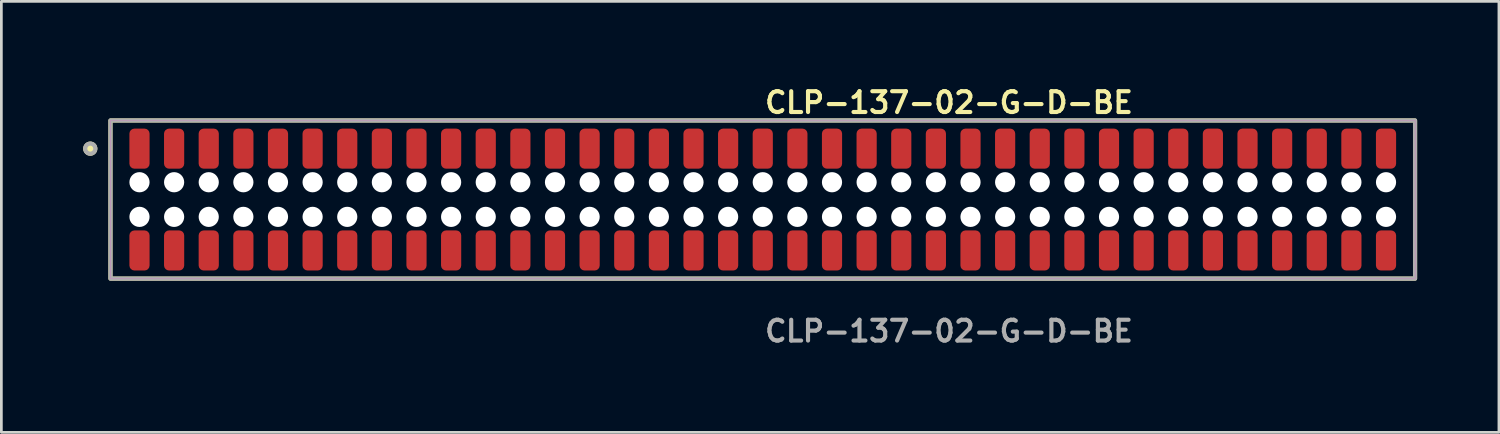
<source format=kicad_pcb>
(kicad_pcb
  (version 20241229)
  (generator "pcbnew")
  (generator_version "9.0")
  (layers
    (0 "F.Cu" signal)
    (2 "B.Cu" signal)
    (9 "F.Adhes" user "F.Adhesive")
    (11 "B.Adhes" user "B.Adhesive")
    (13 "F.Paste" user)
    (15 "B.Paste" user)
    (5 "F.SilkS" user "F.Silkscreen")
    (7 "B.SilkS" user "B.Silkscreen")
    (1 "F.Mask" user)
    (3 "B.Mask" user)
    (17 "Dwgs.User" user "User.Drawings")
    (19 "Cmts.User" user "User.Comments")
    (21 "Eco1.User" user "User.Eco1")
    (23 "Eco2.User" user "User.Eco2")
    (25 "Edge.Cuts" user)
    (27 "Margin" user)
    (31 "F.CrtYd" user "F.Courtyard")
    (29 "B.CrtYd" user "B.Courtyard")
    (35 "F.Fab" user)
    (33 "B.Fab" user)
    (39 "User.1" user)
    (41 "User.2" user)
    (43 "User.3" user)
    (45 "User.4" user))
  (footprint "CLP-137-02-G-D-BE"
    (layer "F.Cu")
    (at 24.926 4.269)
    (property "Reference" "CLP-137-02-G-D-BE" (at 0 -3.556 0) (unlocked yes) (layer "F.SilkS") (effects (font (size 0.762 0.762) (thickness 0.152)) (justify left)))
    (fp_rect (start -23.925 2.9) (end 23.925 -2.9) (stroke (width 0.152) (type solid)) (fill no) (layer "F.SilkS"))
    (fp_circle (center -24.665 -1.867) (end -24.85 -1.867) (stroke (width 0.152) (type solid)) (fill yes) (layer "F.SilkS"))
    (fp_rect (start -23.925 2.9) (end 23.925 -2.9) (stroke (width 0.006) (type solid)) (fill no) (layer "F.CrtYd"))
    (fp_rect (start -23.925 2.9) (end 23.925 -2.9) (stroke (width 0.152) (type solid)) (fill no) (layer "F.Fab"))
    (fp_circle (center -24.665 -1.867) (end -24.85 -1.867) (stroke (width 0.152) (type solid)) (fill no) (layer "F.Fab"))
    (fp_text user "${REFERENCE}" (at 0 4.826 0) (unlocked yes) (layer "F.Fab") (effects (font (size 0.762 0.762) (thickness 0.152)) (justify left)))
    (pad "" np_thru_hole circle (at -22.86 -0.635) (size 0.74 0.74) (drill 0.74) (layers "*.Cu" "*.Mask"))
    (pad "" np_thru_hole circle (at -22.86 0.635) (size 0.74 0.74) (drill 0.74) (layers "*.Cu" "*.Mask"))
    (pad "" np_thru_hole circle (at -21.59 -0.635) (size 0.74 0.74) (drill 0.74) (layers "*.Cu" "*.Mask"))
    (pad "" np_thru_hole circle (at -21.59 0.635) (size 0.74 0.74) (drill 0.74) (layers "*.Cu" "*.Mask"))
    (pad "" np_thru_hole circle (at -20.32 -0.635) (size 0.74 0.74) (drill 0.74) (layers "*.Cu" "*.Mask"))
    (pad "" np_thru_hole circle (at -20.32 0.635) (size 0.74 0.74) (drill 0.74) (layers "*.Cu" "*.Mask"))
    (pad "" np_thru_hole circle (at -19.05 -0.635) (size 0.74 0.74) (drill 0.74) (layers "*.Cu" "*.Mask"))
    (pad "" np_thru_hole circle (at -19.05 0.635) (size 0.74 0.74) (drill 0.74) (layers "*.Cu" "*.Mask"))
    (pad "" np_thru_hole circle (at -17.78 -0.635) (size 0.74 0.74) (drill 0.74) (layers "*.Cu" "*.Mask"))
    (pad "" np_thru_hole circle (at -17.78 0.635) (size 0.74 0.74) (drill 0.74) (layers "*.Cu" "*.Mask"))
    (pad "" np_thru_hole circle (at -16.51 -0.635) (size 0.74 0.74) (drill 0.74) (layers "*.Cu" "*.Mask"))
    (pad "" np_thru_hole circle (at -16.51 0.635) (size 0.74 0.74) (drill 0.74) (layers "*.Cu" "*.Mask"))
    (pad "" np_thru_hole circle (at -15.24 -0.635) (size 0.74 0.74) (drill 0.74) (layers "*.Cu" "*.Mask"))
    (pad "" np_thru_hole circle (at -15.24 0.635) (size 0.74 0.74) (drill 0.74) (layers "*.Cu" "*.Mask"))
    (pad "" np_thru_hole circle (at -13.97 -0.635) (size 0.74 0.74) (drill 0.74) (layers "*.Cu" "*.Mask"))
    (pad "" np_thru_hole circle (at -13.97 0.635) (size 0.74 0.74) (drill 0.74) (layers "*.Cu" "*.Mask"))
    (pad "" np_thru_hole circle (at -12.7 -0.635) (size 0.74 0.74) (drill 0.74) (layers "*.Cu" "*.Mask"))
    (pad "" np_thru_hole circle (at -12.7 0.635) (size 0.74 0.74) (drill 0.74) (layers "*.Cu" "*.Mask"))
    (pad "" np_thru_hole circle (at -11.43 -0.635) (size 0.74 0.74) (drill 0.74) (layers "*.Cu" "*.Mask"))
    (pad "" np_thru_hole circle (at -11.43 0.635) (size 0.74 0.74) (drill 0.74) (layers "*.Cu" "*.Mask"))
    (pad "" np_thru_hole circle (at -10.16 -0.635) (size 0.74 0.74) (drill 0.74) (layers "*.Cu" "*.Mask"))
    (pad "" np_thru_hole circle (at -10.16 0.635) (size 0.74 0.74) (drill 0.74) (layers "*.Cu" "*.Mask"))
    (pad "" np_thru_hole circle (at -8.89 -0.635) (size 0.74 0.74) (drill 0.74) (layers "*.Cu" "*.Mask"))
    (pad "" np_thru_hole circle (at -8.89 0.635) (size 0.74 0.74) (drill 0.74) (layers "*.Cu" "*.Mask"))
    (pad "" np_thru_hole circle (at -7.62 -0.635) (size 0.74 0.74) (drill 0.74) (layers "*.Cu" "*.Mask"))
    (pad "" np_thru_hole circle (at -7.62 0.635) (size 0.74 0.74) (drill 0.74) (layers "*.Cu" "*.Mask"))
    (pad "" np_thru_hole circle (at -6.35 -0.635) (size 0.74 0.74) (drill 0.74) (layers "*.Cu" "*.Mask"))
    (pad "" np_thru_hole circle (at -6.35 0.635) (size 0.74 0.74) (drill 0.74) (layers "*.Cu" "*.Mask"))
    (pad "" np_thru_hole circle (at -5.08 -0.635) (size 0.74 0.74) (drill 0.74) (layers "*.Cu" "*.Mask"))
    (pad "" np_thru_hole circle (at -5.08 0.635) (size 0.74 0.74) (drill 0.74) (layers "*.Cu" "*.Mask"))
    (pad "" np_thru_hole circle (at -3.81 -0.635) (size 0.74 0.74) (drill 0.74) (layers "*.Cu" "*.Mask"))
    (pad "" np_thru_hole circle (at -3.81 0.635) (size 0.74 0.74) (drill 0.74) (layers "*.Cu" "*.Mask"))
    (pad "" np_thru_hole circle (at -2.54 -0.635) (size 0.74 0.74) (drill 0.74) (layers "*.Cu" "*.Mask"))
    (pad "" np_thru_hole circle (at -2.54 0.635) (size 0.74 0.74) (drill 0.74) (layers "*.Cu" "*.Mask"))
    (pad "" np_thru_hole circle (at -1.27 -0.635) (size 0.74 0.74) (drill 0.74) (layers "*.Cu" "*.Mask"))
    (pad "" np_thru_hole circle (at -1.27 0.635) (size 0.74 0.74) (drill 0.74) (layers "*.Cu" "*.Mask"))
    (pad "" np_thru_hole circle (at 0 -0.635) (size 0.74 0.74) (drill 0.74) (layers "*.Cu" "*.Mask"))
    (pad "" np_thru_hole circle (at 0 0.635) (size 0.74 0.74) (drill 0.74) (layers "*.Cu" "*.Mask"))
    (pad "" np_thru_hole circle (at 1.27 -0.635) (size 0.74 0.74) (drill 0.74) (layers "*.Cu" "*.Mask"))
    (pad "" np_thru_hole circle (at 1.27 0.635) (size 0.74 0.74) (drill 0.74) (layers "*.Cu" "*.Mask"))
    (pad "" np_thru_hole circle (at 2.54 -0.635) (size 0.74 0.74) (drill 0.74) (layers "*.Cu" "*.Mask"))
    (pad "" np_thru_hole circle (at 2.54 0.635) (size 0.74 0.74) (drill 0.74) (layers "*.Cu" "*.Mask"))
    (pad "" np_thru_hole circle (at 3.81 -0.635) (size 0.74 0.74) (drill 0.74) (layers "*.Cu" "*.Mask"))
    (pad "" np_thru_hole circle (at 3.81 0.635) (size 0.74 0.74) (drill 0.74) (layers "*.Cu" "*.Mask"))
    (pad "" np_thru_hole circle (at 5.08 -0.635) (size 0.74 0.74) (drill 0.74) (layers "*.Cu" "*.Mask"))
    (pad "" np_thru_hole circle (at 5.08 0.635) (size 0.74 0.74) (drill 0.74) (layers "*.Cu" "*.Mask"))
    (pad "" np_thru_hole circle (at 6.35 -0.635) (size 0.74 0.74) (drill 0.74) (layers "*.Cu" "*.Mask"))
    (pad "" np_thru_hole circle (at 6.35 0.635) (size 0.74 0.74) (drill 0.74) (layers "*.Cu" "*.Mask"))
    (pad "" np_thru_hole circle (at 7.62 -0.635) (size 0.74 0.74) (drill 0.74) (layers "*.Cu" "*.Mask"))
    (pad "" np_thru_hole circle (at 7.62 0.635) (size 0.74 0.74) (drill 0.74) (layers "*.Cu" "*.Mask"))
    (pad "" np_thru_hole circle (at 8.89 -0.635) (size 0.74 0.74) (drill 0.74) (layers "*.Cu" "*.Mask"))
    (pad "" np_thru_hole circle (at 8.89 0.635) (size 0.74 0.74) (drill 0.74) (layers "*.Cu" "*.Mask"))
    (pad "" np_thru_hole circle (at 10.16 -0.635) (size 0.74 0.74) (drill 0.74) (layers "*.Cu" "*.Mask"))
    (pad "" np_thru_hole circle (at 10.16 0.635) (size 0.74 0.74) (drill 0.74) (layers "*.Cu" "*.Mask"))
    (pad "" np_thru_hole circle (at 11.43 -0.635) (size 0.74 0.74) (drill 0.74) (layers "*.Cu" "*.Mask"))
    (pad "" np_thru_hole circle (at 11.43 0.635) (size 0.74 0.74) (drill 0.74) (layers "*.Cu" "*.Mask"))
    (pad "" np_thru_hole circle (at 12.7 -0.635) (size 0.74 0.74) (drill 0.74) (layers "*.Cu" "*.Mask"))
    (pad "" np_thru_hole circle (at 12.7 0.635) (size 0.74 0.74) (drill 0.74) (layers "*.Cu" "*.Mask"))
    (pad "" np_thru_hole circle (at 13.97 -0.635) (size 0.74 0.74) (drill 0.74) (layers "*.Cu" "*.Mask"))
    (pad "" np_thru_hole circle (at 13.97 0.635) (size 0.74 0.74) (drill 0.74) (layers "*.Cu" "*.Mask"))
    (pad "" np_thru_hole circle (at 15.24 -0.635) (size 0.74 0.74) (drill 0.74) (layers "*.Cu" "*.Mask"))
    (pad "" np_thru_hole circle (at 15.24 0.635) (size 0.74 0.74) (drill 0.74) (layers "*.Cu" "*.Mask"))
    (pad "" np_thru_hole circle (at 16.51 -0.635) (size 0.74 0.74) (drill 0.74) (layers "*.Cu" "*.Mask"))
    (pad "" np_thru_hole circle (at 16.51 0.635) (size 0.74 0.74) (drill 0.74) (layers "*.Cu" "*.Mask"))
    (pad "" np_thru_hole circle (at 17.78 -0.635) (size 0.74 0.74) (drill 0.74) (layers "*.Cu" "*.Mask"))
    (pad "" np_thru_hole circle (at 17.78 0.635) (size 0.74 0.74) (drill 0.74) (layers "*.Cu" "*.Mask"))
    (pad "" np_thru_hole circle (at 19.05 -0.635) (size 0.74 0.74) (drill 0.74) (layers "*.Cu" "*.Mask"))
    (pad "" np_thru_hole circle (at 19.05 0.635) (size 0.74 0.74) (drill 0.74) (layers "*.Cu" "*.Mask"))
    (pad "" np_thru_hole circle (at 20.32 -0.635) (size 0.74 0.74) (drill 0.74) (layers "*.Cu" "*.Mask"))
    (pad "" np_thru_hole circle (at 20.32 0.635) (size 0.74 0.74) (drill 0.74) (layers "*.Cu" "*.Mask"))
    (pad "" np_thru_hole circle (at 21.59 -0.635) (size 0.74 0.74) (drill 0.74) (layers "*.Cu" "*.Mask"))
    (pad "" np_thru_hole circle (at 21.59 0.635) (size 0.74 0.74) (drill 0.74) (layers "*.Cu" "*.Mask"))
    (pad "" np_thru_hole circle (at 22.86 -0.635) (size 0.74 0.74) (drill 0.74) (layers "*.Cu" "*.Mask"))
    (pad "" np_thru_hole circle (at 22.86 0.635) (size 0.74 0.74) (drill 0.74) (layers "*.Cu" "*.Mask"))
    (pad "1" smd roundrect (at -22.86 -1.867) (size 0.74 1.47) (layers "F.Cu" "F.Paste") (roundrect_rratio 0.25))
    (pad "2" smd roundrect (at -22.86 1.867) (size 0.74 1.47) (layers "F.Cu" "F.Paste") (roundrect_rratio 0.25))
    (pad "3" smd roundrect (at -21.59 -1.867) (size 0.74 1.47) (layers "F.Cu" "F.Paste") (roundrect_rratio 0.25))
    (pad "4" smd roundrect (at -21.59 1.867) (size 0.74 1.47) (layers "F.Cu" "F.Paste") (roundrect_rratio 0.25))
    (pad "5" smd roundrect (at -20.32 -1.867) (size 0.74 1.47) (layers "F.Cu" "F.Paste") (roundrect_rratio 0.25))
    (pad "6" smd roundrect (at -20.32 1.867) (size 0.74 1.47) (layers "F.Cu" "F.Paste") (roundrect_rratio 0.25))
    (pad "7" smd roundrect (at -19.05 -1.867) (size 0.74 1.47) (layers "F.Cu" "F.Paste") (roundrect_rratio 0.25))
    (pad "8" smd roundrect (at -19.05 1.867) (size 0.74 1.47) (layers "F.Cu" "F.Paste") (roundrect_rratio 0.25))
    (pad "9" smd roundrect (at -17.78 -1.867) (size 0.74 1.47) (layers "F.Cu" "F.Paste") (roundrect_rratio 0.25))
    (pad "10" smd roundrect (at -17.78 1.867) (size 0.74 1.47) (layers "F.Cu" "F.Paste") (roundrect_rratio 0.25))
    (pad "11" smd roundrect (at -16.51 -1.867) (size 0.74 1.47) (layers "F.Cu" "F.Paste") (roundrect_rratio 0.25))
    (pad "12" smd roundrect (at -16.51 1.867) (size 0.74 1.47) (layers "F.Cu" "F.Paste") (roundrect_rratio 0.25))
    (pad "13" smd roundrect (at -15.24 -1.867) (size 0.74 1.47) (layers "F.Cu" "F.Paste") (roundrect_rratio 0.25))
    (pad "14" smd roundrect (at -15.24 1.867) (size 0.74 1.47) (layers "F.Cu" "F.Paste") (roundrect_rratio 0.25))
    (pad "15" smd roundrect (at -13.97 -1.867) (size 0.74 1.47) (layers "F.Cu" "F.Paste") (roundrect_rratio 0.25))
    (pad "16" smd roundrect (at -13.97 1.867) (size 0.74 1.47) (layers "F.Cu" "F.Paste") (roundrect_rratio 0.25))
    (pad "17" smd roundrect (at -12.7 -1.867) (size 0.74 1.47) (layers "F.Cu" "F.Paste") (roundrect_rratio 0.25))
    (pad "18" smd roundrect (at -12.7 1.867) (size 0.74 1.47) (layers "F.Cu" "F.Paste") (roundrect_rratio 0.25))
    (pad "19" smd roundrect (at -11.43 -1.867) (size 0.74 1.47) (layers "F.Cu" "F.Paste") (roundrect_rratio 0.25))
    (pad "20" smd roundrect (at -11.43 1.867) (size 0.74 1.47) (layers "F.Cu" "F.Paste") (roundrect_rratio 0.25))
    (pad "21" smd roundrect (at -10.16 -1.867) (size 0.74 1.47) (layers "F.Cu" "F.Paste") (roundrect_rratio 0.25))
    (pad "22" smd roundrect (at -10.16 1.867) (size 0.74 1.47) (layers "F.Cu" "F.Paste") (roundrect_rratio 0.25))
    (pad "23" smd roundrect (at -8.89 -1.867) (size 0.74 1.47) (layers "F.Cu" "F.Paste") (roundrect_rratio 0.25))
    (pad "24" smd roundrect (at -8.89 1.867) (size 0.74 1.47) (layers "F.Cu" "F.Paste") (roundrect_rratio 0.25))
    (pad "25" smd roundrect (at -7.62 -1.867) (size 0.74 1.47) (layers "F.Cu" "F.Paste") (roundrect_rratio 0.25))
    (pad "26" smd roundrect (at -7.62 1.867) (size 0.74 1.47) (layers "F.Cu" "F.Paste") (roundrect_rratio 0.25))
    (pad "27" smd roundrect (at -6.35 -1.867) (size 0.74 1.47) (layers "F.Cu" "F.Paste") (roundrect_rratio 0.25))
    (pad "28" smd roundrect (at -6.35 1.867) (size 0.74 1.47) (layers "F.Cu" "F.Paste") (roundrect_rratio 0.25))
    (pad "29" smd roundrect (at -5.08 -1.867) (size 0.74 1.47) (layers "F.Cu" "F.Paste") (roundrect_rratio 0.25))
    (pad "30" smd roundrect (at -5.08 1.867) (size 0.74 1.47) (layers "F.Cu" "F.Paste") (roundrect_rratio 0.25))
    (pad "31" smd roundrect (at -3.81 -1.867) (size 0.74 1.47) (layers "F.Cu" "F.Paste") (roundrect_rratio 0.25))
    (pad "32" smd roundrect (at -3.81 1.867) (size 0.74 1.47) (layers "F.Cu" "F.Paste") (roundrect_rratio 0.25))
    (pad "33" smd roundrect (at -2.54 -1.867) (size 0.74 1.47) (layers "F.Cu" "F.Paste") (roundrect_rratio 0.25))
    (pad "34" smd roundrect (at -2.54 1.867) (size 0.74 1.47) (layers "F.Cu" "F.Paste") (roundrect_rratio 0.25))
    (pad "35" smd roundrect (at -1.27 -1.867) (size 0.74 1.47) (layers "F.Cu" "F.Paste") (roundrect_rratio 0.25))
    (pad "36" smd roundrect (at -1.27 1.867) (size 0.74 1.47) (layers "F.Cu" "F.Paste") (roundrect_rratio 0.25))
    (pad "37" smd roundrect (at 0 -1.867) (size 0.74 1.47) (layers "F.Cu" "F.Paste") (roundrect_rratio 0.25))
    (pad "38" smd roundrect (at 0 1.867) (size 0.74 1.47) (layers "F.Cu" "F.Paste") (roundrect_rratio 0.25))
    (pad "39" smd roundrect (at 1.27 -1.867) (size 0.74 1.47) (layers "F.Cu" "F.Paste") (roundrect_rratio 0.25))
    (pad "40" smd roundrect (at 1.27 1.867) (size 0.74 1.47) (layers "F.Cu" "F.Paste") (roundrect_rratio 0.25))
    (pad "41" smd roundrect (at 2.54 -1.867) (size 0.74 1.47) (layers "F.Cu" "F.Paste") (roundrect_rratio 0.25))
    (pad "42" smd roundrect (at 2.54 1.867) (size 0.74 1.47) (layers "F.Cu" "F.Paste") (roundrect_rratio 0.25))
    (pad "43" smd roundrect (at 3.81 -1.867) (size 0.74 1.47) (layers "F.Cu" "F.Paste") (roundrect_rratio 0.25))
    (pad "44" smd roundrect (at 3.81 1.867) (size 0.74 1.47) (layers "F.Cu" "F.Paste") (roundrect_rratio 0.25))
    (pad "45" smd roundrect (at 5.08 -1.867) (size 0.74 1.47) (layers "F.Cu" "F.Paste") (roundrect_rratio 0.25))
    (pad "46" smd roundrect (at 5.08 1.867) (size 0.74 1.47) (layers "F.Cu" "F.Paste") (roundrect_rratio 0.25))
    (pad "47" smd roundrect (at 6.35 -1.867) (size 0.74 1.47) (layers "F.Cu" "F.Paste") (roundrect_rratio 0.25))
    (pad "48" smd roundrect (at 6.35 1.867) (size 0.74 1.47) (layers "F.Cu" "F.Paste") (roundrect_rratio 0.25))
    (pad "49" smd roundrect (at 7.62 -1.867) (size 0.74 1.47) (layers "F.Cu" "F.Paste") (roundrect_rratio 0.25))
    (pad "50" smd roundrect (at 7.62 1.867) (size 0.74 1.47) (layers "F.Cu" "F.Paste") (roundrect_rratio 0.25))
    (pad "51" smd roundrect (at 8.89 -1.867) (size 0.74 1.47) (layers "F.Cu" "F.Paste") (roundrect_rratio 0.25))
    (pad "52" smd roundrect (at 8.89 1.867) (size 0.74 1.47) (layers "F.Cu" "F.Paste") (roundrect_rratio 0.25))
    (pad "53" smd roundrect (at 10.16 -1.867) (size 0.74 1.47) (layers "F.Cu" "F.Paste") (roundrect_rratio 0.25))
    (pad "54" smd roundrect (at 10.16 1.867) (size 0.74 1.47) (layers "F.Cu" "F.Paste") (roundrect_rratio 0.25))
    (pad "55" smd roundrect (at 11.43 -1.867) (size 0.74 1.47) (layers "F.Cu" "F.Paste") (roundrect_rratio 0.25))
    (pad "56" smd roundrect (at 11.43 1.867) (size 0.74 1.47) (layers "F.Cu" "F.Paste") (roundrect_rratio 0.25))
    (pad "57" smd roundrect (at 12.7 -1.867) (size 0.74 1.47) (layers "F.Cu" "F.Paste") (roundrect_rratio 0.25))
    (pad "58" smd roundrect (at 12.7 1.867) (size 0.74 1.47) (layers "F.Cu" "F.Paste") (roundrect_rratio 0.25))
    (pad "59" smd roundrect (at 13.97 -1.867) (size 0.74 1.47) (layers "F.Cu" "F.Paste") (roundrect_rratio 0.25))
    (pad "60" smd roundrect (at 13.97 1.867) (size 0.74 1.47) (layers "F.Cu" "F.Paste") (roundrect_rratio 0.25))
    (pad "61" smd roundrect (at 15.24 -1.867) (size 0.74 1.47) (layers "F.Cu" "F.Paste") (roundrect_rratio 0.25))
    (pad "62" smd roundrect (at 15.24 1.867) (size 0.74 1.47) (layers "F.Cu" "F.Paste") (roundrect_rratio 0.25))
    (pad "63" smd roundrect (at 16.51 -1.867) (size 0.74 1.47) (layers "F.Cu" "F.Paste") (roundrect_rratio 0.25))
    (pad "64" smd roundrect (at 16.51 1.867) (size 0.74 1.47) (layers "F.Cu" "F.Paste") (roundrect_rratio 0.25))
    (pad "65" smd roundrect (at 17.78 -1.867) (size 0.74 1.47) (layers "F.Cu" "F.Paste") (roundrect_rratio 0.25))
    (pad "66" smd roundrect (at 17.78 1.867) (size 0.74 1.47) (layers "F.Cu" "F.Paste") (roundrect_rratio 0.25))
    (pad "67" smd roundrect (at 19.05 -1.867) (size 0.74 1.47) (layers "F.Cu" "F.Paste") (roundrect_rratio 0.25))
    (pad "68" smd roundrect (at 19.05 1.867) (size 0.74 1.47) (layers "F.Cu" "F.Paste") (roundrect_rratio 0.25))
    (pad "69" smd roundrect (at 20.32 -1.867) (size 0.74 1.47) (layers "F.Cu" "F.Paste") (roundrect_rratio 0.25))
    (pad "70" smd roundrect (at 20.32 1.867) (size 0.74 1.47) (layers "F.Cu" "F.Paste") (roundrect_rratio 0.25))
    (pad "71" smd roundrect (at 21.59 -1.867) (size 0.74 1.47) (layers "F.Cu" "F.Paste") (roundrect_rratio 0.25))
    (pad "72" smd roundrect (at 21.59 1.867) (size 0.74 1.47) (layers "F.Cu" "F.Paste") (roundrect_rratio 0.25))
    (pad "73" smd roundrect (at 22.86 -1.867) (size 0.74 1.47) (layers "F.Cu" "F.Paste") (roundrect_rratio 0.25))
    (pad "74" smd roundrect (at 22.86 1.867) (size 0.74 1.47) (layers "F.Cu" "F.Paste") (roundrect_rratio 0.25)))
  (gr_rect
    (start -3 -3)
    (end 51.927 12.808)
    (stroke (width 0.1) (type default))
    (fill no)
    (layer "Edge.Cuts")))
</source>
